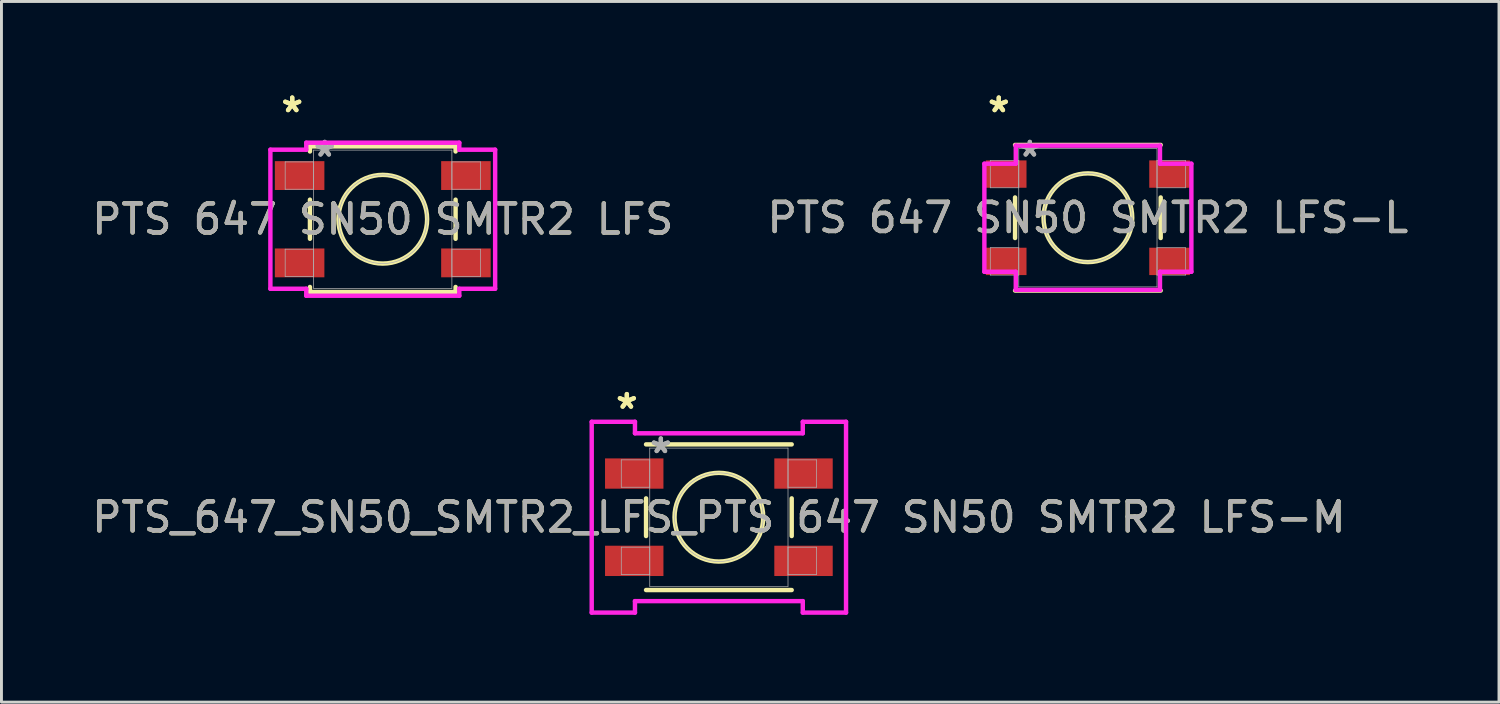
<source format=kicad_pcb>
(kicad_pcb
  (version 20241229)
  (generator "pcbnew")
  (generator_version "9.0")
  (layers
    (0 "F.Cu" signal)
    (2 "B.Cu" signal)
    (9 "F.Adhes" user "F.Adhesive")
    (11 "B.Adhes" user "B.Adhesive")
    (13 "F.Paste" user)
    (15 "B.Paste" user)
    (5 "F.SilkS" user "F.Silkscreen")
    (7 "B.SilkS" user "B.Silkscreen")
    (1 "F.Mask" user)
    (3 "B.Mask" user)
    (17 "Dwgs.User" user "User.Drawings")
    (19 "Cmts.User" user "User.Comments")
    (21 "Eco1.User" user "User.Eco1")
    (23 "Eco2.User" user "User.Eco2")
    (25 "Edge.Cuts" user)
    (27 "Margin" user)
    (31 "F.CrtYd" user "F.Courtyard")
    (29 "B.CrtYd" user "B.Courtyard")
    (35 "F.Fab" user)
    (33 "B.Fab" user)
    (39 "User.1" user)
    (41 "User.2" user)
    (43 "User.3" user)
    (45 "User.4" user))
  (footprint "PTS 647 SN50 SMTR2 LFS-L"
    (layer "F.Cu")
    (at 34.327 4.431)
    (property "Reference" "PTS 647 SN50 SMTR2 LFS-L" (at 0 0 0) (unlocked yes) (layer "F.SilkS") (effects (font (size 1 1) (thickness 0.15))))
    (attr smd)
    (fp_line (start -2.502 -0.697) (end -2.502 0.697) (stroke (width 0.152) (type solid)) (layer "F.SilkS"))
    (fp_line (start -2.502 2.502) (end 2.502 2.502) (stroke (width 0.152) (type solid)) (layer "F.SilkS"))
    (fp_line (start 2.502 -2.502) (end -2.502 -2.502) (stroke (width 0.152) (type solid)) (layer "F.SilkS"))
    (fp_line (start 2.502 0.697) (end 2.502 -0.697) (stroke (width 0.152) (type solid)) (layer "F.SilkS"))
    (fp_circle (center 0 0) (end 1.524 0) (stroke (width 0.152) (type solid)) (fill no) (layer "F.SilkS"))
    (fp_line (start -3.556 -1.856) (end -2.477 -1.856) (stroke (width 0.152) (type solid)) (layer "F.CrtYd"))
    (fp_line (start -3.556 1.856) (end -3.556 -1.856) (stroke (width 0.152) (type solid)) (layer "F.CrtYd"))
    (fp_line (start -2.477 -2.477) (end 2.477 -2.477) (stroke (width 0.152) (type solid)) (layer "F.CrtYd"))
    (fp_line (start -2.477 -1.856) (end -2.477 -2.477) (stroke (width 0.152) (type solid)) (layer "F.CrtYd"))
    (fp_line (start -2.477 1.856) (end -3.556 1.856) (stroke (width 0.152) (type solid)) (layer "F.CrtYd"))
    (fp_line (start -2.477 2.477) (end -2.477 1.856) (stroke (width 0.152) (type solid)) (layer "F.CrtYd"))
    (fp_line (start 2.477 -2.477) (end 2.477 -1.856) (stroke (width 0.152) (type solid)) (layer "F.CrtYd"))
    (fp_line (start 2.477 -1.856) (end 3.556 -1.856) (stroke (width 0.152) (type solid)) (layer "F.CrtYd"))
    (fp_line (start 2.477 1.856) (end 2.477 2.477) (stroke (width 0.152) (type solid)) (layer "F.CrtYd"))
    (fp_line (start 2.477 2.477) (end -2.477 2.477) (stroke (width 0.152) (type solid)) (layer "F.CrtYd"))
    (fp_line (start 3.556 -1.856) (end 3.556 1.856) (stroke (width 0.152) (type solid)) (layer "F.CrtYd"))
    (fp_line (start 3.556 1.856) (end 2.477 1.856) (stroke (width 0.152) (type solid)) (layer "F.CrtYd"))
    (fp_line (start -3.353 -1.97) (end -3.353 -1.03) (stroke (width 0.025) (type solid)) (layer "F.Fab"))
    (fp_line (start -3.353 -1.03) (end -2.375 -1.03) (stroke (width 0.025) (type solid)) (layer "F.Fab"))
    (fp_line (start -3.353 1.03) (end -3.353 1.97) (stroke (width 0.025) (type solid)) (layer "F.Fab"))
    (fp_line (start -3.353 1.97) (end -2.375 1.97) (stroke (width 0.025) (type solid)) (layer "F.Fab"))
    (fp_line (start -2.375 -2.375) (end -2.375 2.375) (stroke (width 0.025) (type solid)) (layer "F.Fab"))
    (fp_line (start -2.375 -1.97) (end -3.353 -1.97) (stroke (width 0.025) (type solid)) (layer "F.Fab"))
    (fp_line (start -2.375 -1.03) (end -2.375 -1.97) (stroke (width 0.025) (type solid)) (layer "F.Fab"))
    (fp_line (start -2.375 1.03) (end -3.353 1.03) (stroke (width 0.025) (type solid)) (layer "F.Fab"))
    (fp_line (start -2.375 1.97) (end -2.375 1.03) (stroke (width 0.025) (type solid)) (layer "F.Fab"))
    (fp_line (start -2.375 2.375) (end 2.375 2.375) (stroke (width 0.025) (type solid)) (layer "F.Fab"))
    (fp_line (start 2.375 -2.375) (end -2.375 -2.375) (stroke (width 0.025) (type solid)) (layer "F.Fab"))
    (fp_line (start 2.375 -1.97) (end 2.375 -1.03) (stroke (width 0.025) (type solid)) (layer "F.Fab"))
    (fp_line (start 2.375 -1.03) (end 3.353 -1.03) (stroke (width 0.025) (type solid)) (layer "F.Fab"))
    (fp_line (start 2.375 1.03) (end 2.375 1.97) (stroke (width 0.025) (type solid)) (layer "F.Fab"))
    (fp_line (start 2.375 1.97) (end 3.353 1.97) (stroke (width 0.025) (type solid)) (layer "F.Fab"))
    (fp_line (start 2.375 2.375) (end 2.375 -2.375) (stroke (width 0.025) (type solid)) (layer "F.Fab"))
    (fp_line (start 3.353 -1.97) (end 2.375 -1.97) (stroke (width 0.025) (type solid)) (layer "F.Fab"))
    (fp_line (start 3.353 -1.03) (end 3.353 -1.97) (stroke (width 0.025) (type solid)) (layer "F.Fab"))
    (fp_line (start 3.353 1.03) (end 2.375 1.03) (stroke (width 0.025) (type solid)) (layer "F.Fab"))
    (fp_line (start 3.353 1.97) (end 3.353 1.03) (stroke (width 0.025) (type solid)) (layer "F.Fab"))
    (fp_circle (center 0 0) (end 1.524 0) (stroke (width 0.025) (type solid)) (fill no) (layer "F.Fab"))
    (fp_text user "*" (at -3.061 -3.583 0) (unlocked yes) (layer "F.SilkS") (effects (font (size 1 1) (thickness 0.15))))
    (fp_text user "*" (at -3.061 -3.583 0) (layer "F.SilkS") (effects (font (size 1 1) (thickness 0.15))))
    (fp_text user "${REFERENCE}" (at 0 0 0) (unlocked yes) (layer "F.Fab") (effects (font (size 1 1) (thickness 0.15))))
    (fp_text user "*" (at -1.994 -2.059 0) (unlocked yes) (layer "F.Fab") (effects (font (size 1 1) (thickness 0.15))))
    (fp_text user "*" (at -1.994 -2.059 0) (layer "F.Fab") (effects (font (size 1 1) (thickness 0.15))))
    (pad "1" smd rect (at -2.807 -1.5) (size 1.397 0.94) (layers "F.Cu" "F.Mask" "F.Paste"))
    (pad "2" smd rect (at 2.807 -1.5) (size 1.397 0.94) (layers "F.Cu" "F.Mask" "F.Paste"))
    (pad "3" smd rect (at -2.807 1.5) (size 1.397 0.94) (layers "F.Cu" "F.Mask" "F.Paste"))
    (pad "4" smd rect (at 2.807 1.5) (size 1.397 0.94) (layers "F.Cu" "F.Mask" "F.Paste")))
  (footprint "PTS_647_SN50_SMTR2_LFS_PTS 647 SN50 SMTR2 LFS-M"
    (layer "F.Cu")
    (at 21.649 14.72)
    (property "Reference" "PTS_647_SN50_SMTR2_LFS_PTS 647 SN50 SMTR2 LFS-M" (at 0 0 0) (unlocked yes) (layer "F.SilkS") (effects (font (size 1 1) (thickness 0.15))))
    (attr smd)
    (fp_line (start -2.502 -0.647) (end -2.502 0.647) (stroke (width 0.152) (type solid)) (layer "F.SilkS"))
    (fp_line (start -2.502 2.502) (end 2.502 2.502) (stroke (width 0.152) (type solid)) (layer "F.SilkS"))
    (fp_line (start 2.502 -2.502) (end -2.502 -2.502) (stroke (width 0.152) (type solid)) (layer "F.SilkS"))
    (fp_line (start 2.502 0.647) (end 2.502 -0.647) (stroke (width 0.152) (type solid)) (layer "F.SilkS"))
    (fp_circle (center 0 0) (end 1.524 0) (stroke (width 0.152) (type solid)) (fill no) (layer "F.SilkS"))
    (fp_line (start -4.369 -3.278) (end -2.883 -3.278) (stroke (width 0.152) (type solid)) (layer "F.CrtYd"))
    (fp_line (start -4.369 3.278) (end -4.369 -3.278) (stroke (width 0.152) (type solid)) (layer "F.CrtYd"))
    (fp_line (start -2.883 -3.278) (end -2.883 -2.883) (stroke (width 0.152) (type solid)) (layer "F.CrtYd"))
    (fp_line (start -2.883 -2.883) (end 2.883 -2.883) (stroke (width 0.152) (type solid)) (layer "F.CrtYd"))
    (fp_line (start -2.883 2.883) (end -2.883 3.278) (stroke (width 0.152) (type solid)) (layer "F.CrtYd"))
    (fp_line (start -2.883 3.278) (end -4.369 3.278) (stroke (width 0.152) (type solid)) (layer "F.CrtYd"))
    (fp_line (start 2.883 -3.278) (end 4.369 -3.278) (stroke (width 0.152) (type solid)) (layer "F.CrtYd"))
    (fp_line (start 2.883 -2.883) (end 2.883 -3.278) (stroke (width 0.152) (type solid)) (layer "F.CrtYd"))
    (fp_line (start 2.883 2.883) (end -2.883 2.883) (stroke (width 0.152) (type solid)) (layer "F.CrtYd"))
    (fp_line (start 2.883 3.278) (end 2.883 2.883) (stroke (width 0.152) (type solid)) (layer "F.CrtYd"))
    (fp_line (start 4.369 -3.278) (end 4.369 3.278) (stroke (width 0.152) (type solid)) (layer "F.CrtYd"))
    (fp_line (start 4.369 3.278) (end 2.883 3.278) (stroke (width 0.152) (type solid)) (layer "F.CrtYd"))
    (fp_line (start -3.353 -1.97) (end -3.353 -1.03) (stroke (width 0.025) (type solid)) (layer "F.Fab"))
    (fp_line (start -3.353 -1.03) (end -2.375 -1.03) (stroke (width 0.025) (type solid)) (layer "F.Fab"))
    (fp_line (start -3.353 1.03) (end -3.353 1.97) (stroke (width 0.025) (type solid)) (layer "F.Fab"))
    (fp_line (start -3.353 1.97) (end -2.375 1.97) (stroke (width 0.025) (type solid)) (layer "F.Fab"))
    (fp_line (start -2.375 -2.375) (end -2.375 2.375) (stroke (width 0.025) (type solid)) (layer "F.Fab"))
    (fp_line (start -2.375 -1.97) (end -3.353 -1.97) (stroke (width 0.025) (type solid)) (layer "F.Fab"))
    (fp_line (start -2.375 -1.03) (end -2.375 -1.97) (stroke (width 0.025) (type solid)) (layer "F.Fab"))
    (fp_line (start -2.375 1.03) (end -3.353 1.03) (stroke (width 0.025) (type solid)) (layer "F.Fab"))
    (fp_line (start -2.375 1.97) (end -2.375 1.03) (stroke (width 0.025) (type solid)) (layer "F.Fab"))
    (fp_line (start -2.375 2.375) (end 2.375 2.375) (stroke (width 0.025) (type solid)) (layer "F.Fab"))
    (fp_line (start 2.375 -2.375) (end -2.375 -2.375) (stroke (width 0.025) (type solid)) (layer "F.Fab"))
    (fp_line (start 2.375 -1.97) (end 2.375 -1.03) (stroke (width 0.025) (type solid)) (layer "F.Fab"))
    (fp_line (start 2.375 -1.03) (end 3.353 -1.03) (stroke (width 0.025) (type solid)) (layer "F.Fab"))
    (fp_line (start 2.375 1.03) (end 2.375 1.97) (stroke (width 0.025) (type solid)) (layer "F.Fab"))
    (fp_line (start 2.375 1.97) (end 3.353 1.97) (stroke (width 0.025) (type solid)) (layer "F.Fab"))
    (fp_line (start 2.375 2.375) (end 2.375 -2.375) (stroke (width 0.025) (type solid)) (layer "F.Fab"))
    (fp_line (start 3.353 -1.97) (end 2.375 -1.97) (stroke (width 0.025) (type solid)) (layer "F.Fab"))
    (fp_line (start 3.353 -1.03) (end 3.353 -1.97) (stroke (width 0.025) (type solid)) (layer "F.Fab"))
    (fp_line (start 3.353 1.03) (end 2.375 1.03) (stroke (width 0.025) (type solid)) (layer "F.Fab"))
    (fp_line (start 3.353 1.97) (end 3.353 1.03) (stroke (width 0.025) (type solid)) (layer "F.Fab"))
    (fp_circle (center 0 0) (end 1.524 0) (stroke (width 0.025) (type solid)) (fill no) (layer "F.Fab"))
    (fp_text user "*" (at -3.162 -3.684 0) (unlocked yes) (layer "F.SilkS") (effects (font (size 1 1) (thickness 0.15))))
    (fp_text user "*" (at -3.162 -3.684 0) (layer "F.SilkS") (effects (font (size 1 1) (thickness 0.15))))
    (fp_text user "*" (at -1.994 -2.16 0) (unlocked yes) (layer "F.Fab") (effects (font (size 1 1) (thickness 0.15))))
    (fp_text user "*" (at -1.994 -2.16 0) (layer "F.Fab") (effects (font (size 1 1) (thickness 0.15))))
    (fp_text user "${REFERENCE}" (at 0 0 0) (unlocked yes) (layer "F.Fab") (effects (font (size 1 1) (thickness 0.15))))
    (pad "1" smd rect (at -2.908 -1.5) (size 2.007 1.041) (layers "F.Cu" "F.Mask" "F.Paste"))
    (pad "2" smd rect (at 2.908 -1.5) (size 2.007 1.041) (layers "F.Cu" "F.Mask" "F.Paste"))
    (pad "3" smd rect (at -2.908 1.5) (size 2.007 1.041) (layers "F.Cu" "F.Mask" "F.Paste"))
    (pad "4" smd rect (at 2.908 1.5) (size 2.007 1.041) (layers "F.Cu" "F.Mask" "F.Paste")))
  (footprint "PTS 647 SN50 SMTR2 LFS"
    (layer "F.Cu")
    (at 10.101 4.482)
    (property "Reference" "PTS 647 SN50 SMTR2 LFS" (at 0 0 0) (unlocked yes) (layer "F.SilkS") (effects (font (size 1 1) (thickness 0.15))))
    (attr smd)
    (fp_line (start -2.502 -2.502) (end -2.502 -2.328) (stroke (width 0.152) (type solid)) (layer "F.SilkS"))
    (fp_line (start -2.502 -0.672) (end -2.502 0.672) (stroke (width 0.152) (type solid)) (layer "F.SilkS"))
    (fp_line (start -2.502 2.328) (end -2.502 2.502) (stroke (width 0.152) (type solid)) (layer "F.SilkS"))
    (fp_line (start -2.502 2.502) (end 2.502 2.502) (stroke (width 0.152) (type solid)) (layer "F.SilkS"))
    (fp_line (start 2.502 -2.502) (end -2.502 -2.502) (stroke (width 0.152) (type solid)) (layer "F.SilkS"))
    (fp_line (start 2.502 -2.328) (end 2.502 -2.502) (stroke (width 0.152) (type solid)) (layer "F.SilkS"))
    (fp_line (start 2.502 0.672) (end 2.502 -0.672) (stroke (width 0.152) (type solid)) (layer "F.SilkS"))
    (fp_line (start 2.502 2.502) (end 2.502 2.328) (stroke (width 0.152) (type solid)) (layer "F.SilkS"))
    (fp_circle (center 0 0) (end 1.524 0) (stroke (width 0.152) (type solid)) (fill no) (layer "F.SilkS"))
    (fp_line (start -3.861 -2.389) (end -2.629 -2.389) (stroke (width 0.152) (type solid)) (layer "F.CrtYd"))
    (fp_line (start -3.861 2.389) (end -3.861 -2.389) (stroke (width 0.152) (type solid)) (layer "F.CrtYd"))
    (fp_line (start -2.629 -2.629) (end 2.629 -2.629) (stroke (width 0.152) (type solid)) (layer "F.CrtYd"))
    (fp_line (start -2.629 -2.389) (end -2.629 -2.629) (stroke (width 0.152) (type solid)) (layer "F.CrtYd"))
    (fp_line (start -2.629 2.389) (end -3.861 2.389) (stroke (width 0.152) (type solid)) (layer "F.CrtYd"))
    (fp_line (start -2.629 2.629) (end -2.629 2.389) (stroke (width 0.152) (type solid)) (layer "F.CrtYd"))
    (fp_line (start 2.629 -2.629) (end 2.629 -2.389) (stroke (width 0.152) (type solid)) (layer "F.CrtYd"))
    (fp_line (start 2.629 -2.389) (end 3.861 -2.389) (stroke (width 0.152) (type solid)) (layer "F.CrtYd"))
    (fp_line (start 2.629 2.389) (end 2.629 2.629) (stroke (width 0.152) (type solid)) (layer "F.CrtYd"))
    (fp_line (start 2.629 2.629) (end -2.629 2.629) (stroke (width 0.152) (type solid)) (layer "F.CrtYd"))
    (fp_line (start 3.861 -2.389) (end 3.861 2.389) (stroke (width 0.152) (type solid)) (layer "F.CrtYd"))
    (fp_line (start 3.861 2.389) (end 2.629 2.389) (stroke (width 0.152) (type solid)) (layer "F.CrtYd"))
    (fp_line (start -3.353 -1.97) (end -3.353 -1.03) (stroke (width 0.025) (type solid)) (layer "F.Fab"))
    (fp_line (start -3.353 -1.03) (end -2.375 -1.03) (stroke (width 0.025) (type solid)) (layer "F.Fab"))
    (fp_line (start -3.353 1.03) (end -3.353 1.97) (stroke (width 0.025) (type solid)) (layer "F.Fab"))
    (fp_line (start -3.353 1.97) (end -2.375 1.97) (stroke (width 0.025) (type solid)) (layer "F.Fab"))
    (fp_line (start -2.375 -2.375) (end -2.375 2.375) (stroke (width 0.025) (type solid)) (layer "F.Fab"))
    (fp_line (start -2.375 -1.97) (end -3.353 -1.97) (stroke (width 0.025) (type solid)) (layer "F.Fab"))
    (fp_line (start -2.375 -1.03) (end -2.375 -1.97) (stroke (width 0.025) (type solid)) (layer "F.Fab"))
    (fp_line (start -2.375 1.03) (end -3.353 1.03) (stroke (width 0.025) (type solid)) (layer "F.Fab"))
    (fp_line (start -2.375 1.97) (end -2.375 1.03) (stroke (width 0.025) (type solid)) (layer "F.Fab"))
    (fp_line (start -2.375 2.375) (end 2.375 2.375) (stroke (width 0.025) (type solid)) (layer "F.Fab"))
    (fp_line (start 2.375 -2.375) (end -2.375 -2.375) (stroke (width 0.025) (type solid)) (layer "F.Fab"))
    (fp_line (start 2.375 -1.97) (end 2.375 -1.03) (stroke (width 0.025) (type solid)) (layer "F.Fab"))
    (fp_line (start 2.375 -1.03) (end 3.353 -1.03) (stroke (width 0.025) (type solid)) (layer "F.Fab"))
    (fp_line (start 2.375 1.03) (end 2.375 1.97) (stroke (width 0.025) (type solid)) (layer "F.Fab"))
    (fp_line (start 2.375 1.97) (end 3.353 1.97) (stroke (width 0.025) (type solid)) (layer "F.Fab"))
    (fp_line (start 2.375 2.375) (end 2.375 -2.375) (stroke (width 0.025) (type solid)) (layer "F.Fab"))
    (fp_line (start 3.353 -1.97) (end 2.375 -1.97) (stroke (width 0.025) (type solid)) (layer "F.Fab"))
    (fp_line (start 3.353 -1.03) (end 3.353 -1.97) (stroke (width 0.025) (type solid)) (layer "F.Fab"))
    (fp_line (start 3.353 1.03) (end 2.375 1.03) (stroke (width 0.025) (type solid)) (layer "F.Fab"))
    (fp_line (start 3.353 1.97) (end 3.353 1.03) (stroke (width 0.025) (type solid)) (layer "F.Fab"))
    (fp_circle (center 0 0) (end 1.524 0) (stroke (width 0.025) (type solid)) (fill no) (layer "F.Fab"))
    (fp_text user "*" (at -3.111 -3.634 0) (unlocked yes) (layer "F.SilkS") (effects (font (size 1 1) (thickness 0.15))))
    (fp_text user "*" (at -3.111 -3.634 0) (layer "F.SilkS") (effects (font (size 1 1) (thickness 0.15))))
    (fp_text user "${REFERENCE}" (at 0 0 0) (unlocked yes) (layer "F.Fab") (effects (font (size 1 1) (thickness 0.15))))
    (fp_text user "*" (at -1.994 -2.11 0) (layer "F.Fab") (effects (font (size 1 1) (thickness 0.15))))
    (fp_text user "*" (at -1.994 -2.11 0) (unlocked yes) (layer "F.Fab") (effects (font (size 1 1) (thickness 0.15))))
    (pad "1" smd rect (at -2.857 -1.5) (size 1.702 0.991) (layers "F.Cu" "F.Mask" "F.Paste"))
    (pad "2" smd rect (at 2.857 -1.5) (size 1.702 0.991) (layers "F.Cu" "F.Mask" "F.Paste"))
    (pad "3" smd rect (at -2.857 1.5) (size 1.702 0.991) (layers "F.Cu" "F.Mask" "F.Paste"))
    (pad "4" smd rect (at 2.857 1.5) (size 1.702 0.991) (layers "F.Cu" "F.Mask" "F.Paste")))
  (gr_rect
    (start -3 -3)
    (end 48.452 21.074)
    (stroke (width 0.1) (type default))
    (fill no)
    (layer "Edge.Cuts")))
</source>
